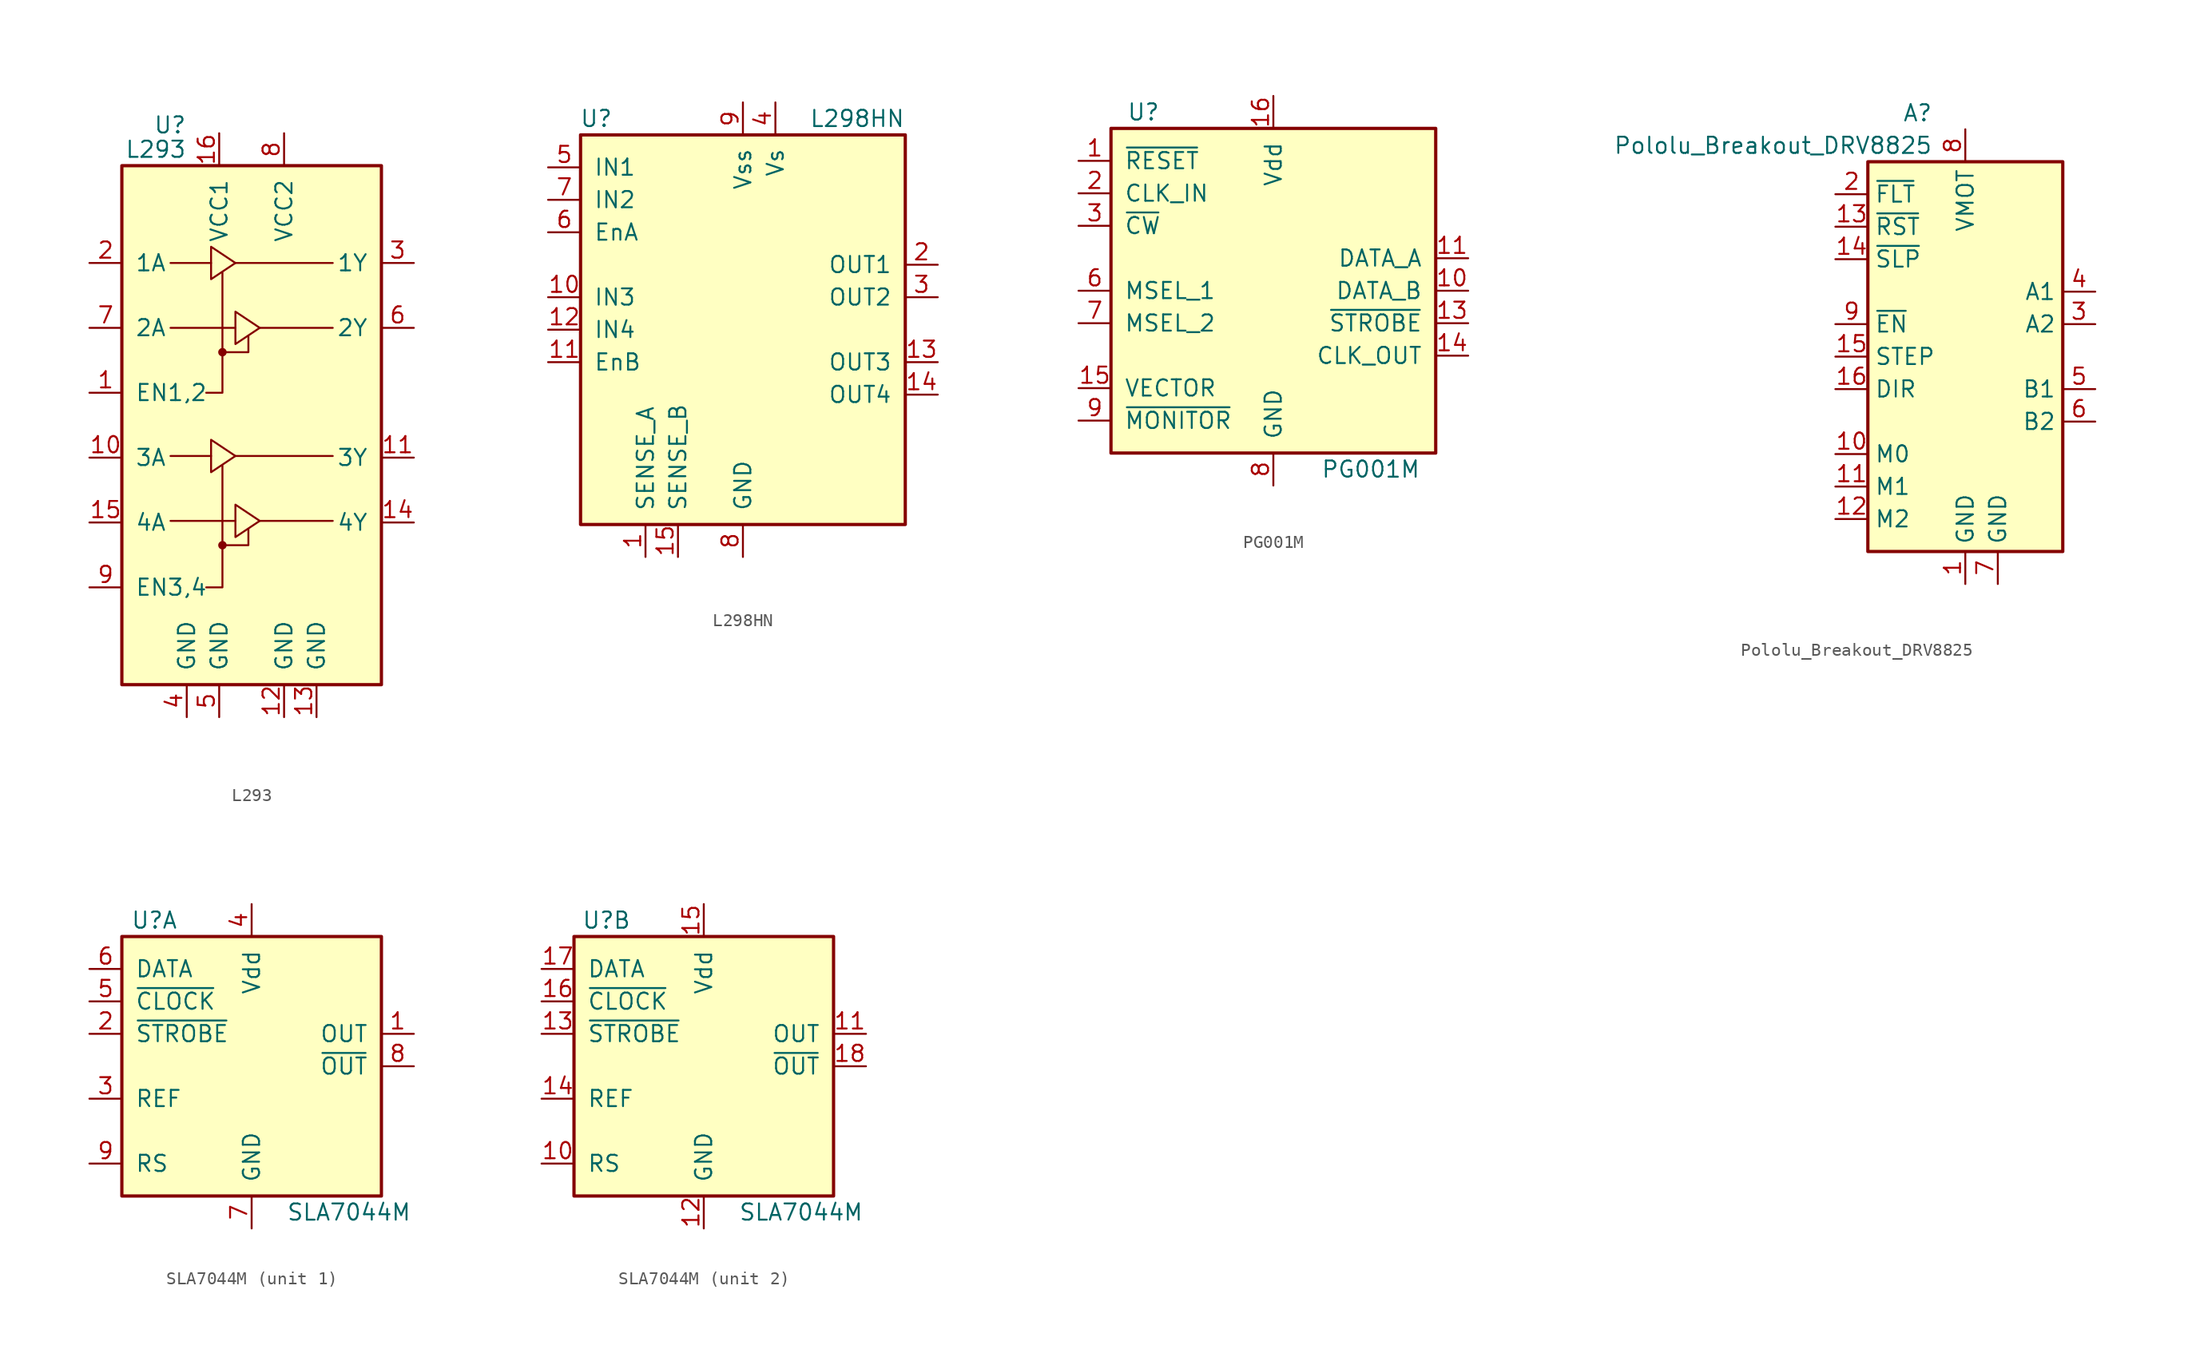
<source format=kicad_sym>
(kicad_symbol_lib
  (version 20201005)
  (generator kicad_symbol_editor)
  (symbol "Driver_Motor:L293"
    (pin_names
      (offset 1.016))
    (property "Reference" "U"
      (at -5.08 26.035 0)
      (effects (font (size 1.27 1.27)) (justify right)))
    (property "Value" "L293"
      (at -5.08 24.13 0)
      (effects (font (size 1.27 1.27)) (justify right)))
    (symbol "L293_0_1"
      (circle (center -2.286 -6.858) (radius 0.254) (stroke (width 0)) (fill (type outline)))
      (circle (center -2.286 8.255) (radius 0.254) (stroke (width 0)) (fill (type outline)))
      (rectangle (start -10.16 22.86) (end 10.16 -17.78) (stroke (width 0.254)) (fill (type background)))
      (polyline (pts (xy -6.35 -4.953) (xy -1.27 -4.953)) (stroke (width 0)) (fill (type none)))
      (polyline (pts (xy -6.35 0.127) (xy -3.175 0.127)) (stroke (width 0)) (fill (type none)))
      (polyline (pts (xy -6.35 10.16) (xy -1.27 10.16)) (stroke (width 0)) (fill (type none)))
      (polyline (pts (xy -6.35 15.24) (xy -3.175 15.24)) (stroke (width 0)) (fill (type none)))
      (polyline (pts (xy -1.27 0.127) (xy 6.35 0.127)) (stroke (width 0)) (fill (type none)))
      (polyline (pts (xy -1.27 15.24) (xy 6.35 15.24)) (stroke (width 0)) (fill (type none)))
      (polyline (pts (xy 0.635 -4.953) (xy 6.35 -4.953)) (stroke (width 0)) (fill (type none)))
      (polyline (pts (xy 0.635 10.16) (xy 6.35 10.16)) (stroke (width 0)) (fill (type none)))
      (polyline (pts (xy -2.286 -6.858) (xy -0.254 -6.858) (xy -0.254 -5.588)) (stroke (width 0)) (fill (type none)))
      (polyline (pts (xy -2.286 -0.635) (xy -2.286 -10.16) (xy -3.556 -10.16)) (stroke (width 0)) (fill (type none)))
      (polyline (pts (xy -2.286 8.255) (xy -0.254 8.255) (xy -0.254 9.525)) (stroke (width 0)) (fill (type none)))
      (polyline (pts (xy -2.286 14.478) (xy -2.286 5.08) (xy -3.556 5.08)) (stroke (width 0)) (fill (type none)))
      (polyline (pts (xy -3.175 1.397) (xy -3.175 -1.143) (xy -1.27 0.127) (xy -3.175 1.397)) (stroke (width 0)) (fill (type none)))
      (polyline (pts (xy -3.175 16.51) (xy -3.175 13.97) (xy -1.27 15.24) (xy -3.175 16.51)) (stroke (width 0)) (fill (type none)))
      (polyline (pts (xy -1.27 -3.683) (xy -1.27 -6.223) (xy 0.635 -4.953) (xy -1.27 -3.683)) (stroke (width 0)) (fill (type none)))
      (polyline (pts (xy -1.27 11.43) (xy -1.27 8.89) (xy 0.635 10.16) (xy -1.27 11.43)) (stroke (width 0)) (fill (type none))))
    (symbol "L293_1_1"
      (pin input line (at -12.7 5.08 0) (length 2.54) (name "EN1,2" (effects (font (size 1.27 1.27)))) (number "1" (effects (font (size 1.27 1.27)))))
      (pin input line (at -12.7 0 0) (length 2.54) (name "3A" (effects (font (size 1.27 1.27)))) (number "10" (effects (font (size 1.27 1.27)))))
      (pin output line (at 12.7 0 180) (length 2.54) (name "3Y" (effects (font (size 1.27 1.27)))) (number "11" (effects (font (size 1.27 1.27)))))
      (pin power_in line (at 2.54 -20.32 90) (length 2.54) (name "GND" (effects (font (size 1.27 1.27)))) (number "12" (effects (font (size 1.27 1.27)))))
      (pin power_in line (at 5.08 -20.32 90) (length 2.54) (name "GND" (effects (font (size 1.27 1.27)))) (number "13" (effects (font (size 1.27 1.27)))))
      (pin output line (at 12.7 -5.08 180) (length 2.54) (name "4Y" (effects (font (size 1.27 1.27)))) (number "14" (effects (font (size 1.27 1.27)))))
      (pin input line (at -12.7 -5.08 0) (length 2.54) (name "4A" (effects (font (size 1.27 1.27)))) (number "15" (effects (font (size 1.27 1.27)))))
      (pin power_in line (at -2.54 25.4 270) (length 2.54) (name "VCC1" (effects (font (size 1.27 1.27)))) (number "16" (effects (font (size 1.27 1.27)))))
      (pin input line (at -12.7 15.24 0) (length 2.54) (name "1A" (effects (font (size 1.27 1.27)))) (number "2" (effects (font (size 1.27 1.27)))))
      (pin output line (at 12.7 15.24 180) (length 2.54) (name "1Y" (effects (font (size 1.27 1.27)))) (number "3" (effects (font (size 1.27 1.27)))))
      (pin power_in line (at -5.08 -20.32 90) (length 2.54) (name "GND" (effects (font (size 1.27 1.27)))) (number "4" (effects (font (size 1.27 1.27)))))
      (pin power_in line (at -2.54 -20.32 90) (length 2.54) (name "GND" (effects (font (size 1.27 1.27)))) (number "5" (effects (font (size 1.27 1.27)))))
      (pin output line (at 12.7 10.16 180) (length 2.54) (name "2Y" (effects (font (size 1.27 1.27)))) (number "6" (effects (font (size 1.27 1.27)))))
      (pin input line (at -12.7 10.16 0) (length 2.54) (name "2A" (effects (font (size 1.27 1.27)))) (number "7" (effects (font (size 1.27 1.27)))))
      (pin power_in line (at 2.54 25.4 270) (length 2.54) (name "VCC2" (effects (font (size 1.27 1.27)))) (number "8" (effects (font (size 1.27 1.27)))))
      (pin input line (at -12.7 -10.16 0) (length 2.54) (name "EN3,4" (effects (font (size 1.27 1.27)))) (number "9" (effects (font (size 1.27 1.27)))))))
  (symbol "Driver_Motor:L298HN"
    (pin_names
      (offset 1.016))
    (property "Reference" "U"
      (at -10.16 16.51 0)
      (effects (font (size 1.27 1.27)) (justify right)))
    (property "Value" "L298HN"
      (at 12.7 16.51 0)
      (effects (font (size 1.27 1.27)) (justify right)))
    (symbol "L298HN_0_1"
      (rectangle (start -12.7 15.24) (end 12.7 -15.24) (stroke (width 0.254)) (fill (type background))))
    (symbol "L298HN_1_1"
      (pin power_in line (at -7.62 -17.78 90) (length 2.54) (name "SENSE_A" (effects (font (size 1.27 1.27)))) (number "1" (effects (font (size 1.27 1.27)))))
      (pin input line (at -15.24 2.54 0) (length 2.54) (name "IN3" (effects (font (size 1.27 1.27)))) (number "10" (effects (font (size 1.27 1.27)))))
      (pin input line (at -15.24 -2.54 0) (length 2.54) (name "EnB" (effects (font (size 1.27 1.27)))) (number "11" (effects (font (size 1.27 1.27)))))
      (pin input line (at -15.24 0 0) (length 2.54) (name "IN4" (effects (font (size 1.27 1.27)))) (number "12" (effects (font (size 1.27 1.27)))))
      (pin output line (at 15.24 -2.54 180) (length 2.54) (name "OUT3" (effects (font (size 1.27 1.27)))) (number "13" (effects (font (size 1.27 1.27)))))
      (pin output line (at 15.24 -5.08 180) (length 2.54) (name "OUT4" (effects (font (size 1.27 1.27)))) (number "14" (effects (font (size 1.27 1.27)))))
      (pin power_in line (at -5.08 -17.78 90) (length 2.54) (name "SENSE_B" (effects (font (size 1.27 1.27)))) (number "15" (effects (font (size 1.27 1.27)))))
      (pin output line (at 15.24 5.08 180) (length 2.54) (name "OUT1" (effects (font (size 1.27 1.27)))) (number "2" (effects (font (size 1.27 1.27)))))
      (pin output line (at 15.24 2.54 180) (length 2.54) (name "OUT2" (effects (font (size 1.27 1.27)))) (number "3" (effects (font (size 1.27 1.27)))))
      (pin power_in line (at 2.54 17.78 270) (length 2.54) (name "Vs" (effects (font (size 1.27 1.27)))) (number "4" (effects (font (size 1.27 1.27)))))
      (pin input line (at -15.24 12.7 0) (length 2.54) (name "IN1" (effects (font (size 1.27 1.27)))) (number "5" (effects (font (size 1.27 1.27)))))
      (pin input line (at -15.24 7.62 0) (length 2.54) (name "EnA" (effects (font (size 1.27 1.27)))) (number "6" (effects (font (size 1.27 1.27)))))
      (pin input line (at -15.24 10.16 0) (length 2.54) (name "IN2" (effects (font (size 1.27 1.27)))) (number "7" (effects (font (size 1.27 1.27)))))
      (pin power_in line (at 0 -17.78 90) (length 2.54) (name "GND" (effects (font (size 1.27 1.27)))) (number "8" (effects (font (size 1.27 1.27)))))
      (pin power_in line (at 0 17.78 270) (length 2.54) (name "Vss" (effects (font (size 1.27 1.27)))) (number "9" (effects (font (size 1.27 1.27)))))))
  (symbol "Driver_Motor:PG001M"
    (pin_names
      (offset 1.016))
    (property "Reference" "U"
      (at -10.16 13.97 0)
      (effects (font (size 1.27 1.27))))
    (property "Value" "PG001M"
      (at 7.62 -13.97 0)
      (effects (font (size 1.27 1.27))))
    (symbol "PG001M_0_1"
      (rectangle (start 12.7 -12.7) (end -12.7 12.7) (stroke (width 0.254)) (fill (type background))))
    (symbol "PG001M_1_1"
      (pin input line (at -15.24 10.16 0) (length 2.54) (name "~RESET~" (effects (font (size 1.27 1.27)))) (number "1" (effects (font (size 1.27 1.27)))))
      (pin output line (at 15.24 0 180) (length 2.54) (name "DATA_B" (effects (font (size 1.27 1.27)))) (number "10" (effects (font (size 1.27 1.27)))))
      (pin output line (at 15.24 2.54 180) (length 2.54) (name "DATA_A" (effects (font (size 1.27 1.27)))) (number "11" (effects (font (size 1.27 1.27)))))
      (pin output line (at 15.24 -2.54 180) (length 2.54) (name "~STROBE~" (effects (font (size 1.27 1.27)))) (number "13" (effects (font (size 1.27 1.27)))))
      (pin output line (at 15.24 -5.08 180) (length 2.54) (name "CLK_OUT" (effects (font (size 1.27 1.27)))) (number "14" (effects (font (size 1.27 1.27)))))
      (pin input line (at -15.24 -7.62 0) (length 2.54) (name "VECTOR" (effects (font (size 1.27 1.27)))) (number "15" (effects (font (size 1.27 1.27)))))
      (pin power_in line (at 0 15.24 270) (length 2.54) (name "Vdd" (effects (font (size 1.27 1.27)))) (number "16" (effects (font (size 1.27 1.27)))))
      (pin input line (at -15.24 7.62 0) (length 2.54) (name "CLK_IN" (effects (font (size 1.27 1.27)))) (number "2" (effects (font (size 1.27 1.27)))))
      (pin input line (at -15.24 5.08 0) (length 2.54) (name "~CW~" (effects (font (size 1.27 1.27)))) (number "3" (effects (font (size 1.27 1.27)))))
      (pin input line (at -15.24 0 0) (length 2.54) (name "MSEL_1" (effects (font (size 1.27 1.27)))) (number "6" (effects (font (size 1.27 1.27)))))
      (pin input line (at -15.24 -2.54 0) (length 2.54) (name "MSEL_2" (effects (font (size 1.27 1.27)))) (number "7" (effects (font (size 1.27 1.27)))))
      (pin power_in line (at 0 -15.24 90) (length 2.54) (name "GND" (effects (font (size 1.27 1.27)))) (number "8" (effects (font (size 1.27 1.27)))))
      (pin input line (at -15.24 -10.16 0) (length 2.54) (name "~MONITOR~" (effects (font (size 1.27 1.27)))) (number "9" (effects (font (size 1.27 1.27)))))))
  (symbol "Driver_Motor:Pololu_Breakout_DRV8825"
    (property "Reference" "A"
      (at -2.54 16.51 0)
      (effects (font (size 1.27 1.27)) (justify right)))
    (property "Value" "Pololu_Breakout_DRV8825"
      (at -2.54 13.97 0)
      (effects (font (size 1.27 1.27)) (justify right)))
    (symbol "Pololu_Breakout_DRV8825_0_1"
      (rectangle (start 7.62 -17.78) (end -7.62 12.7) (stroke (width 0.254)) (fill (type background))))
    (symbol "Pololu_Breakout_DRV8825_1_1"
      (pin power_in line (at 0 -20.32 90) (length 2.54) (name "GND" (effects (font (size 1.27 1.27)))) (number "1" (effects (font (size 1.27 1.27)))))
      (pin input line (at -10.16 -10.16 0) (length 2.54) (name "M0" (effects (font (size 1.27 1.27)))) (number "10" (effects (font (size 1.27 1.27)))))
      (pin input line (at -10.16 -12.7 0) (length 2.54) (name "M1" (effects (font (size 1.27 1.27)))) (number "11" (effects (font (size 1.27 1.27)))))
      (pin input line (at -10.16 -15.24 0) (length 2.54) (name "M2" (effects (font (size 1.27 1.27)))) (number "12" (effects (font (size 1.27 1.27)))))
      (pin input line (at -10.16 7.62 0) (length 2.54) (name "~RST" (effects (font (size 1.27 1.27)))) (number "13" (effects (font (size 1.27 1.27)))))
      (pin input line (at -10.16 5.08 0) (length 2.54) (name "~SLP" (effects (font (size 1.27 1.27)))) (number "14" (effects (font (size 1.27 1.27)))))
      (pin input line (at -10.16 -2.54 0) (length 2.54) (name "STEP" (effects (font (size 1.27 1.27)))) (number "15" (effects (font (size 1.27 1.27)))))
      (pin input line (at -10.16 -5.08 0) (length 2.54) (name "DIR" (effects (font (size 1.27 1.27)))) (number "16" (effects (font (size 1.27 1.27)))))
      (pin output line (at -10.16 10.16 0) (length 2.54) (name "~FLT" (effects (font (size 1.27 1.27)))) (number "2" (effects (font (size 1.27 1.27)))))
      (pin output line (at 10.16 0 180) (length 2.54) (name "A2" (effects (font (size 1.27 1.27)))) (number "3" (effects (font (size 1.27 1.27)))))
      (pin output line (at 10.16 2.54 180) (length 2.54) (name "A1" (effects (font (size 1.27 1.27)))) (number "4" (effects (font (size 1.27 1.27)))))
      (pin output line (at 10.16 -5.08 180) (length 2.54) (name "B1" (effects (font (size 1.27 1.27)))) (number "5" (effects (font (size 1.27 1.27)))))
      (pin output line (at 10.16 -7.62 180) (length 2.54) (name "B2" (effects (font (size 1.27 1.27)))) (number "6" (effects (font (size 1.27 1.27)))))
      (pin power_in line (at 2.54 -20.32 90) (length 2.54) (name "GND" (effects (font (size 1.27 1.27)))) (number "7" (effects (font (size 1.27 1.27)))))
      (pin power_in line (at 0 15.24 270) (length 2.54) (name "VMOT" (effects (font (size 1.27 1.27)))) (number "8" (effects (font (size 1.27 1.27)))))
      (pin input line (at -10.16 0 0) (length 2.54) (name "~EN" (effects (font (size 1.27 1.27)))) (number "9" (effects (font (size 1.27 1.27)))))))
  (symbol "Driver_Motor:SLA7044M"
    (pin_names
      (offset 1.016))
    (property "Reference" "U"
      (at -7.62 11.43 0)
      (effects (font (size 1.27 1.27))))
    (property "Value" "SLA7044M"
      (at 7.62 -11.43 0)
      (effects (font (size 1.27 1.27))))
    (symbol "SLA7044M_0_1"
      (rectangle (start -10.16 10.16) (end 10.16 -10.16) (stroke (width 0.254)) (fill (type background))))
    (symbol "SLA7044M_1_1"
      (pin output line (at 12.7 2.54 180) (length 2.54) (name "OUT" (effects (font (size 1.27 1.27)))) (number "1" (effects (font (size 1.27 1.27)))))
      (pin input line (at -12.7 2.54 0) (length 2.54) (name "~STROBE~" (effects (font (size 1.27 1.27)))) (number "2" (effects (font (size 1.27 1.27)))))
      (pin input line (at -12.7 -2.54 0) (length 2.54) (name "REF" (effects (font (size 1.27 1.27)))) (number "3" (effects (font (size 1.27 1.27)))))
      (pin power_in line (at 0 12.7 270) (length 2.54) (name "Vdd" (effects (font (size 1.27 1.27)))) (number "4" (effects (font (size 1.27 1.27)))))
      (pin input line (at -12.7 5.08 0) (length 2.54) (name "~CLOCK~" (effects (font (size 1.27 1.27)))) (number "5" (effects (font (size 1.27 1.27)))))
      (pin input line (at -12.7 7.62 0) (length 2.54) (name "DATA" (effects (font (size 1.27 1.27)))) (number "6" (effects (font (size 1.27 1.27)))))
      (pin power_in line (at 0 -12.7 90) (length 2.54) (name "GND" (effects (font (size 1.27 1.27)))) (number "7" (effects (font (size 1.27 1.27)))))
      (pin output line (at 12.7 0 180) (length 2.54) (name "~OUT~" (effects (font (size 1.27 1.27)))) (number "8" (effects (font (size 1.27 1.27)))))
      (pin input line (at -12.7 -7.62 0) (length 2.54) (name "RS" (effects (font (size 1.27 1.27)))) (number "9" (effects (font (size 1.27 1.27))))))
    (symbol "SLA7044M_2_1"
      (pin input line (at -12.7 -7.62 0) (length 2.54) (name "RS" (effects (font (size 1.27 1.27)))) (number "10" (effects (font (size 1.27 1.27)))))
      (pin output line (at 12.7 2.54 180) (length 2.54) (name "OUT" (effects (font (size 1.27 1.27)))) (number "11" (effects (font (size 1.27 1.27)))))
      (pin power_in line (at 0 -12.7 90) (length 2.54) (name "GND" (effects (font (size 1.27 1.27)))) (number "12" (effects (font (size 1.27 1.27)))))
      (pin input line (at -12.7 2.54 0) (length 2.54) (name "~STROBE~" (effects (font (size 1.27 1.27)))) (number "13" (effects (font (size 1.27 1.27)))))
      (pin input line (at -12.7 -2.54 0) (length 2.54) (name "REF" (effects (font (size 1.27 1.27)))) (number "14" (effects (font (size 1.27 1.27)))))
      (pin power_in line (at 0 12.7 270) (length 2.54) (name "Vdd" (effects (font (size 1.27 1.27)))) (number "15" (effects (font (size 1.27 1.27)))))
      (pin input line (at -12.7 5.08 0) (length 2.54) (name "~CLOCK~" (effects (font (size 1.27 1.27)))) (number "16" (effects (font (size 1.27 1.27)))))
      (pin input line (at -12.7 7.62 0) (length 2.54) (name "DATA" (effects (font (size 1.27 1.27)))) (number "17" (effects (font (size 1.27 1.27)))))
      (pin output line (at 12.7 0 180) (length 2.54) (name "~OUT~" (effects (font (size 1.27 1.27)))) (number "18" (effects (font (size 1.27 1.27))))))))
</source>
